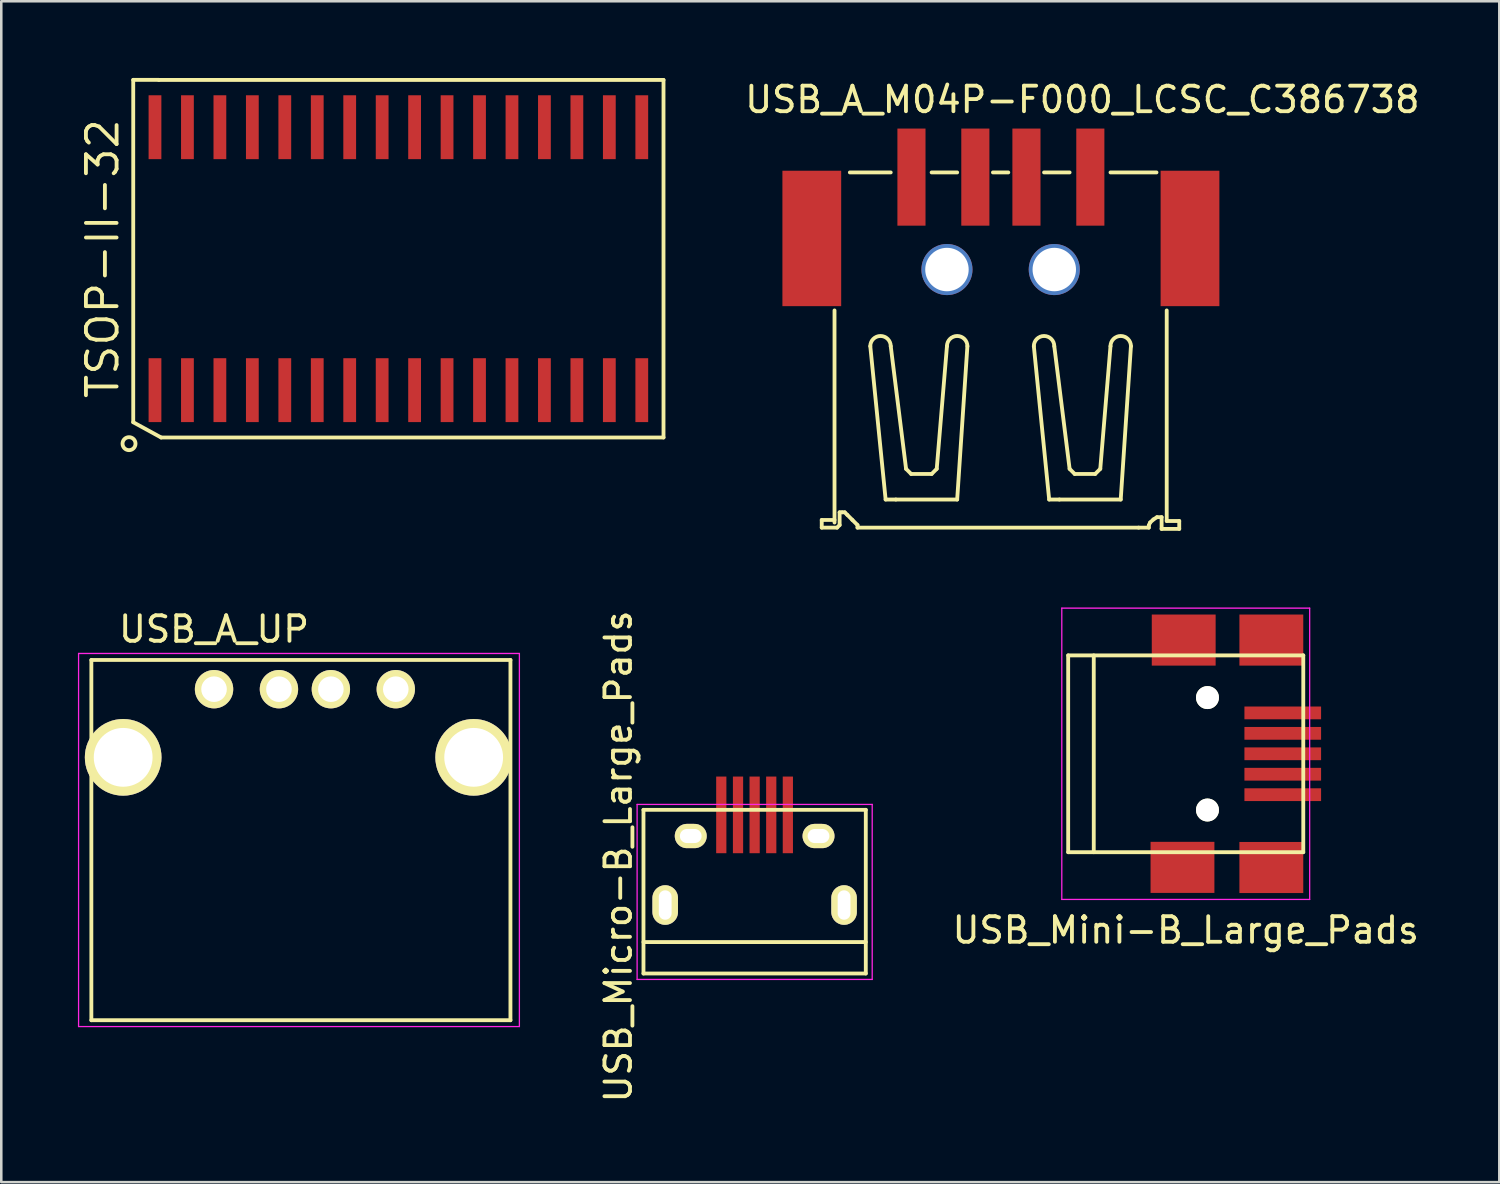
<source format=kicad_pcb>
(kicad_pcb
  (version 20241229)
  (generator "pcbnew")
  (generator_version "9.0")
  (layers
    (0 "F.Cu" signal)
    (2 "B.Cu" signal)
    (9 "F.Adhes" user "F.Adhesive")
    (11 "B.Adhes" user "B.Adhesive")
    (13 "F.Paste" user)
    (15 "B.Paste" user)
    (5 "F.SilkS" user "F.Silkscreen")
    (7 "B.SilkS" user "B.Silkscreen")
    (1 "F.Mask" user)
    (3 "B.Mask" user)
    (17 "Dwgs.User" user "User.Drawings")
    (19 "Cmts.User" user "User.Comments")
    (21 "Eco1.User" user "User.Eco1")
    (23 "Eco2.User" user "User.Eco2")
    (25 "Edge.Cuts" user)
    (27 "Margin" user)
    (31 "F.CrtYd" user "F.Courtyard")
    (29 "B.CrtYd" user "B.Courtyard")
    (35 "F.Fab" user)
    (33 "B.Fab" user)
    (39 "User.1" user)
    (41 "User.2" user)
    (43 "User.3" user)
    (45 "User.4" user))
  (footprint "USB_A_UP"
    (layer "F.Cu")
    (at 5.325 23.922)
    (property "Reference" "USB_A_UP" (at 0 -2.35 0) (layer "F.SilkS") (effects (font (size 1 1) (thickness 0.15))))
    (attr through_hole)
    (fp_line (start -4.8 12.952) (end -4.8 -1.145) (stroke (width 0.15) (type solid)) (layer "F.SilkS"))
    (fp_line (start 11.6 -1.145) (end -4.8 -1.145) (stroke (width 0.15) (type solid)) (layer "F.SilkS"))
    (fp_line (start 11.6 -1.145) (end 11.6 12.952) (stroke (width 0.15) (type solid)) (layer "F.SilkS"))
    (fp_line (start 11.6 12.952) (end -4.8 12.952) (stroke (width 0.15) (type solid)) (layer "F.SilkS"))
    (fp_line (start -5.3 -1.4) (end 11.95 -1.4) (stroke (width 0.05) (type solid)) (layer "F.CrtYd"))
    (fp_line (start -5.3 13.2) (end -5.3 -1.4) (stroke (width 0.05) (type solid)) (layer "F.CrtYd"))
    (fp_line (start -5.3 13.2) (end 11.95 13.2) (stroke (width 0.05) (type solid)) (layer "F.CrtYd"))
    (fp_line (start 11.95 -1.4) (end 11.95 13.2) (stroke (width 0.05) (type solid)) (layer "F.CrtYd"))
    (pad "1" thru_hole circle (at 0.001 -0.002 270) (size 1.501 1.501) (drill 1.001) (layers "*.Cu" "*.Mask" "F.SilkS"))
    (pad "2" thru_hole circle (at 2.541 -0.002 270) (size 1.501 1.501) (drill 1.001) (layers "*.Cu" "*.Mask" "F.SilkS"))
    (pad "3" thru_hole circle (at 4.573 -0.002 270) (size 1.501 1.501) (drill 1.001) (layers "*.Cu" "*.Mask" "F.SilkS"))
    (pad "4" thru_hole circle (at 7.113 -0.002 270) (size 1.501 1.501) (drill 1.001) (layers "*.Cu" "*.Mask" "F.SilkS"))
    (pad "5" thru_hole circle (at -3.555 2.665 270) (size 3 3) (drill 2.301) (layers "*.Cu" "*.Mask" "F.SilkS"))
    (pad "5" thru_hole circle (at 10.161 2.665 270) (size 3 3) (drill 2.301) (layers "*.Cu" "*.Mask" "F.SilkS")))
  (footprint "USB_A_M04P-F000_LCSC_C386738"
    (layer "F.Cu")
    (at 36.207 0.898)
    (property "Reference" "USB_A_M04P-F000_LCSC_C386738" (at 3.1 -0.05 0) (layer "F.SilkS") (effects (font (size 1 1) (thickness 0.15))))
    (attr through_hole)
    (fp_line (start -7.1 16.4) (end -7.1 16.7) (stroke (width 0.15) (type solid)) (layer "F.SilkS"))
    (fp_line (start -7.1 16.7) (end -6.5 16.7) (stroke (width 0.15) (type solid)) (layer "F.SilkS"))
    (fp_line (start -6.6 8.2) (end -6.6 16.5) (stroke (width 0.15) (type solid)) (layer "F.SilkS"))
    (fp_line (start -6.6 16.4) (end -7.1 16.4) (stroke (width 0.15) (type solid)) (layer "F.SilkS"))
    (fp_line (start -6.5 16.7) (end -6.4 16.6) (stroke (width 0.15) (type solid)) (layer "F.SilkS"))
    (fp_line (start -6.4 16.1) (end -6.3 16.1) (stroke (width 0.15) (type solid)) (layer "F.SilkS"))
    (fp_line (start -6.4 16.6) (end -6.4 16.1) (stroke (width 0.15) (type solid)) (layer "F.SilkS"))
    (fp_line (start -6.3 16.1) (end -6.2 16.1) (stroke (width 0.15) (type solid)) (layer "F.SilkS"))
    (fp_line (start -6.2 16.1) (end -6.1 16.2) (stroke (width 0.15) (type solid)) (layer "F.SilkS"))
    (fp_line (start -6.1 16.2) (end -5.9 16.4) (stroke (width 0.15) (type solid)) (layer "F.SilkS"))
    (fp_line (start -6 2.8) (end -4.4 2.8) (stroke (width 0.15) (type solid)) (layer "F.SilkS"))
    (fp_line (start -5.9 16.4) (end -5.7 16.6) (stroke (width 0.15) (type solid)) (layer "F.SilkS"))
    (fp_line (start -5.7 16.6) (end -5.7 16.7) (stroke (width 0.15) (type solid)) (layer "F.SilkS"))
    (fp_line (start -5.7 16.7) (end 5.3 16.7) (stroke (width 0.15) (type solid)) (layer "F.SilkS"))
    (fp_line (start -5.2 9.6) (end -4.6 15.6) (stroke (width 0.15) (type solid)) (layer "F.SilkS"))
    (fp_line (start -4.6 15.6) (end -4.2 15.6) (stroke (width 0.15) (type solid)) (layer "F.SilkS"))
    (fp_line (start -4.2 15.6) (end -1.8 15.6) (stroke (width 0.15) (type solid)) (layer "F.SilkS"))
    (fp_line (start -3.8 14.4) (end -4.4 9.6) (stroke (width 0.15) (type solid)) (layer "F.SilkS"))
    (fp_line (start -3.6 14.6) (end -3.8 14.4) (stroke (width 0.15) (type solid)) (layer "F.SilkS"))
    (fp_line (start -2.8 2.8) (end -1.8 2.8) (stroke (width 0.15) (type solid)) (layer "F.SilkS"))
    (fp_line (start -2.8 14.6) (end -3.6 14.6) (stroke (width 0.15) (type solid)) (layer "F.SilkS"))
    (fp_line (start -2.6 14.4) (end -2.8 14.6) (stroke (width 0.15) (type solid)) (layer "F.SilkS"))
    (fp_line (start -2.2 9.6) (end -2.6 14.4) (stroke (width 0.15) (type solid)) (layer "F.SilkS"))
    (fp_line (start -1.8 15.6) (end -1.4 9.6) (stroke (width 0.15) (type solid)) (layer "F.SilkS"))
    (fp_line (start -0.4 2.8) (end 0.2 2.8) (stroke (width 0.15) (type solid)) (layer "F.SilkS"))
    (fp_line (start 1.2 9.6) (end 1.8 15.6) (stroke (width 0.15) (type solid)) (layer "F.SilkS"))
    (fp_line (start 1.6 2.8) (end 2.6 2.8) (stroke (width 0.15) (type solid)) (layer "F.SilkS"))
    (fp_line (start 1.8 15.6) (end 2.2 15.6) (stroke (width 0.15) (type solid)) (layer "F.SilkS"))
    (fp_line (start 2.2 15.6) (end 4.6 15.6) (stroke (width 0.15) (type solid)) (layer "F.SilkS"))
    (fp_line (start 2.6 14.4) (end 2 9.6) (stroke (width 0.15) (type solid)) (layer "F.SilkS"))
    (fp_line (start 2.8 14.6) (end 2.6 14.4) (stroke (width 0.15) (type solid)) (layer "F.SilkS"))
    (fp_line (start 3.6 14.6) (end 2.8 14.6) (stroke (width 0.15) (type solid)) (layer "F.SilkS"))
    (fp_line (start 3.8 14.4) (end 3.6 14.6) (stroke (width 0.15) (type solid)) (layer "F.SilkS"))
    (fp_line (start 4.2 2.8) (end 6 2.8) (stroke (width 0.15) (type solid)) (layer "F.SilkS"))
    (fp_line (start 4.2 9.6) (end 3.8 14.4) (stroke (width 0.15) (type solid)) (layer "F.SilkS"))
    (fp_line (start 4.6 15.6) (end 5 9.6) (stroke (width 0.15) (type solid)) (layer "F.SilkS"))
    (fp_line (start 5.3 16.7) (end 5.7 16.7) (stroke (width 0.15) (type solid)) (layer "F.SilkS"))
    (fp_line (start 5.7 16.61) (end 5.7 16.7) (stroke (width 0.15) (type solid)) (layer "F.SilkS"))
    (fp_line (start 5.75 16.5) (end 5.7 16.61) (stroke (width 0.15) (type solid)) (layer "F.SilkS"))
    (fp_line (start 5.88 16.38) (end 5.75 16.5) (stroke (width 0.15) (type solid)) (layer "F.SilkS"))
    (fp_line (start 6.02 16.29) (end 5.88 16.38) (stroke (width 0.15) (type solid)) (layer "F.SilkS"))
    (fp_line (start 6.2 16.29) (end 6.02 16.29) (stroke (width 0.15) (type solid)) (layer "F.SilkS"))
    (fp_line (start 6.2 16.75) (end 6.2 16.29) (stroke (width 0.15) (type solid)) (layer "F.SilkS"))
    (fp_line (start 6.4 8.2) (end 6.4 16.44) (stroke (width 0.15) (type solid)) (layer "F.SilkS"))
    (fp_line (start 6.4 16.44) (end 6.89 16.44) (stroke (width 0.15) (type solid)) (layer "F.SilkS"))
    (fp_line (start 6.89 16.44) (end 6.89 16.75) (stroke (width 0.15) (type solid)) (layer "F.SilkS"))
    (fp_line (start 6.89 16.75) (end 6.2 16.75) (stroke (width 0.15) (type solid)) (layer "F.SilkS"))
    (fp_arc (start -5.2 9.6) (mid -4.8 9.2) (end -4.4 9.6) (stroke (width 0.15) (type solid)) (layer "F.SilkS"))
    (fp_arc (start -2.2 9.6) (mid -1.8 9.2) (end -1.4 9.6) (stroke (width 0.15) (type solid)) (layer "F.SilkS"))
    (fp_arc (start 1.2 9.6) (mid 1.6 9.2) (end 2 9.6) (stroke (width 0.15) (type solid)) (layer "F.SilkS"))
    (fp_arc (start 4.2 9.6) (mid 4.6 9.2) (end 5 9.6) (stroke (width 0.15) (type solid)) (layer "F.SilkS"))
    (pad "" np_thru_hole circle (at -2.2 6.6 270) (size 2 2) (drill 1.7) (layers "*.Cu" "*.Mask"))
    (pad "" np_thru_hole circle (at 2 6.6 270) (size 2 2) (drill 1.7) (layers "*.Cu" "*.Mask"))
    (pad "1" smd rect (at -3.589 2.983 270) (size 3.8 1.1) (layers "F.Cu" "F.Mask" "F.Paste"))
    (pad "2" smd rect (at -1.089 2.983 270) (size 3.8 1.1) (layers "F.Cu" "F.Mask" "F.Paste"))
    (pad "3" smd rect (at 0.911 2.983 270) (size 3.8 1.1) (layers "F.Cu" "F.Mask" "F.Paste"))
    (pad "4" smd rect (at 3.411 2.983 270) (size 3.8 1.1) (layers "F.Cu" "F.Mask" "F.Paste"))
    (pad "SH1" smd rect (at 7.311 5.383) (size 2.3 5.3) (layers "F.Cu" "F.Mask" "F.Paste"))
    (pad "SH2" smd rect (at -7.489 5.383) (size 2.3 5.3) (layers "F.Cu" "F.Mask" "F.Paste")))
  (footprint "USB_Micro-B_Large_Pads"
    (layer "F.Cu")
    (at 26.482 31.229)
    (property "Reference" "USB_Micro-B_Large_Pads" (at -5.334 -0.762 90) (layer "F.SilkS") (effects (font (size 1 1) (thickness 0.15))))
    (attr smd)
    (fp_line (start -4.351 -2.588) (end 4.349 -2.588) (stroke (width 0.15) (type solid)) (layer "F.SilkS"))
    (fp_line (start -4.351 3.817) (end -4.351 -2.588) (stroke (width 0.15) (type solid)) (layer "F.SilkS"))
    (fp_line (start -4.351 3.817) (end 4.349 3.817) (stroke (width 0.15) (type solid)) (layer "F.SilkS"))
    (fp_line (start 4.349 -2.588) (end 4.349 3.817) (stroke (width 0.15) (type solid)) (layer "F.SilkS"))
    (fp_line (start 4.349 2.587) (end -4.351 2.587) (stroke (width 0.15) (type solid)) (layer "F.SilkS"))
    (fp_line (start -4.6 -2.8) (end 4.6 -2.8) (stroke (width 0.05) (type solid)) (layer "F.CrtYd"))
    (fp_line (start -4.6 4.05) (end -4.6 -2.8) (stroke (width 0.05) (type solid)) (layer "F.CrtYd"))
    (fp_line (start 4.6 -2.8) (end 4.6 4.05) (stroke (width 0.05) (type solid)) (layer "F.CrtYd"))
    (fp_line (start 4.6 4.05) (end -4.6 4.05) (stroke (width 0.05) (type solid)) (layer "F.CrtYd"))
    (pad "1" smd rect (at -1.306 -2.39 90) (size 3 0.4) (layers "F.Cu" "F.Mask" "F.Paste"))
    (pad "2" smd rect (at -0.651 -2.39 90) (size 3 0.4) (layers "F.Cu" "F.Mask" "F.Paste"))
    (pad "3" smd rect (at -0.001 -2.39 90) (size 3 0.4) (layers "F.Cu" "F.Mask" "F.Paste"))
    (pad "4" smd rect (at 0.649 -2.39 90) (size 3 0.4) (layers "F.Cu" "F.Mask" "F.Paste"))
    (pad "5" smd rect (at 1.299 -2.39 90) (size 3 0.4) (layers "F.Cu" "F.Mask" "F.Paste"))
    (pad "6" thru_hole oval (at -3.501 1.137 90) (size 1.55 1) (drill oval 1.15 0.5) (layers "*.Cu" "*.Mask" "F.SilkS"))
    (pad "6" thru_hole oval (at -2.501 -1.563 90) (size 0.95 1.25) (drill oval 0.55 0.85) (layers "*.Cu" "*.Mask" "F.SilkS"))
    (pad "6" thru_hole oval (at 2.499 -1.563 90) (size 0.95 1.25) (drill oval 0.55 0.85) (layers "*.Cu" "*.Mask" "F.SilkS"))
    (pad "6" thru_hole oval (at 3.499 1.137 90) (size 1.55 1) (drill oval 1.15 0.5) (layers "*.Cu" "*.Mask" "F.SilkS")))
  (footprint "USB_Mini-B_Large_Pads"
    (layer "F.Cu")
    (at 43.351 26.448)
    (property "Reference" "USB_Mini-B_Large_Pads" (at 0 6.901 0) (layer "F.SilkS") (effects (font (size 1 1) (thickness 0.15))))
    (attr smd)
    (fp_line (start -4.6 -3.851) (end -4.6 3.851) (stroke (width 0.15) (type solid)) (layer "F.SilkS"))
    (fp_line (start -4.6 3.851) (end 4.6 3.851) (stroke (width 0.15) (type solid)) (layer "F.SilkS"))
    (fp_line (start -3.599 -3.851) (end -3.599 3.851) (stroke (width 0.15) (type solid)) (layer "F.SilkS"))
    (fp_line (start 4.6 -3.851) (end -4.6 -3.851) (stroke (width 0.15) (type solid)) (layer "F.SilkS"))
    (fp_line (start 4.6 3.851) (end 4.6 -3.851) (stroke (width 0.15) (type solid)) (layer "F.SilkS"))
    (fp_line (start -4.85 -5.7) (end 4.85 -5.7) (stroke (width 0.05) (type solid)) (layer "F.CrtYd"))
    (fp_line (start -4.85 5.7) (end -4.85 -5.7) (stroke (width 0.05) (type solid)) (layer "F.CrtYd"))
    (fp_line (start 4.85 -5.7) (end 4.85 5.7) (stroke (width 0.05) (type solid)) (layer "F.CrtYd"))
    (fp_line (start 4.85 5.7) (end -4.85 5.7) (stroke (width 0.05) (type solid)) (layer "F.CrtYd"))
    (pad "" np_thru_hole circle (at 0.851 -2.2) (size 0.899 0.899) (drill 0.899) (layers "*.Cu" "*.Mask" "F.SilkS"))
    (pad "" np_thru_hole circle (at 0.851 2.2) (size 0.899 0.899) (drill 0.899) (layers "*.Cu" "*.Mask" "F.SilkS"))
    (pad "1" smd rect (at 3.797 -1.6) (size 3 0.5) (layers "F.Cu" "F.Mask" "F.Paste"))
    (pad "2" smd rect (at 3.797 -0.8) (size 3 0.5) (layers "F.Cu" "F.Mask" "F.Paste"))
    (pad "3" smd rect (at 3.797 0) (size 3 0.5) (layers "F.Cu" "F.Mask" "F.Paste"))
    (pad "4" smd rect (at 3.797 0.8) (size 3 0.5) (layers "F.Cu" "F.Mask" "F.Paste"))
    (pad "5" smd rect (at 3.797 1.6) (size 3 0.5) (layers "F.Cu" "F.Mask" "F.Paste"))
    (pad "6" smd rect (at -0.127 4.445) (size 2.499 1.999) (layers "F.Cu" "F.Mask" "F.Paste"))
    (pad "6" smd rect (at -0.079 -4.45) (size 2.499 1.999) (layers "F.Cu" "F.Mask" "F.Paste"))
    (pad "6" smd rect (at 3.35 -4.45) (size 2.499 1.999) (layers "F.Cu" "F.Mask" "F.Paste"))
    (pad "6" smd rect (at 3.35 4.45) (size 2.499 1.999) (layers "F.Cu" "F.Mask" "F.Paste")))
  (footprint "TSOP-II-32"
    (layer "F.Cu")
    (at 12.54 7.073)
    (property "Reference" "TSOP-II-32" (at -11.575 0 90) (layer "F.SilkS") (effects (font (size 1.2 1.2) (thickness 0.15))))
    (attr through_hole)
    (fp_line (start -10.376 -6.998) (end -10.376 6.401) (stroke (width 0.15) (type solid)) (layer "F.SilkS"))
    (fp_line (start -10.376 6.401) (end -9.284 6.998) (stroke (width 0.15) (type solid)) (layer "F.SilkS"))
    (fp_line (start -9.373 -6.998) (end -10.376 -6.998) (stroke (width 0.15) (type solid)) (layer "F.SilkS"))
    (fp_line (start -9.284 6.998) (end 10.376 6.998) (stroke (width 0.15) (type solid)) (layer "F.SilkS"))
    (fp_line (start 10.375 -6.995) (end -9.375 -6.995) (stroke (width 0.15) (type solid)) (layer "F.SilkS"))
    (fp_line (start 10.375 6.995) (end 10.375 -6.995) (stroke (width 0.15) (type solid)) (layer "F.SilkS"))
    (fp_circle (center -10.541 7.239) (end -10.287 7.239) (stroke (width 0.15) (type solid)) (fill no) (layer "F.SilkS"))
    (pad "1" smd rect (at -9.525 5.145) (size 0.5 2.5) (layers "F.Cu" "F.Mask" "F.Paste"))
    (pad "2" smd rect (at -8.255 5.145) (size 0.5 2.5) (layers "F.Cu" "F.Mask" "F.Paste"))
    (pad "3" smd rect (at -6.985 5.145) (size 0.5 2.5) (layers "F.Cu" "F.Mask" "F.Paste"))
    (pad "4" smd rect (at -5.715 5.145) (size 0.5 2.5) (layers "F.Cu" "F.Mask" "F.Paste"))
    (pad "5" smd rect (at -4.445 5.145) (size 0.5 2.5) (layers "F.Cu" "F.Mask" "F.Paste"))
    (pad "6" smd rect (at -3.175 5.145) (size 0.5 2.5) (layers "F.Cu" "F.Mask" "F.Paste"))
    (pad "7" smd rect (at -1.905 5.145) (size 0.5 2.5) (layers "F.Cu" "F.Mask" "F.Paste"))
    (pad "8" smd rect (at -0.635 5.145) (size 0.5 2.5) (layers "F.Cu" "F.Mask" "F.Paste"))
    (pad "9" smd rect (at 0.635 5.145) (size 0.5 2.5) (layers "F.Cu" "F.Mask" "F.Paste"))
    (pad "10" smd rect (at 1.905 5.145) (size 0.5 2.5) (layers "F.Cu" "F.Mask" "F.Paste"))
    (pad "11" smd rect (at 3.175 5.145) (size 0.5 2.5) (layers "F.Cu" "F.Mask" "F.Paste"))
    (pad "12" smd rect (at 4.445 5.145) (size 0.5 2.5) (layers "F.Cu" "F.Mask" "F.Paste"))
    (pad "13" smd rect (at 5.715 5.145) (size 0.5 2.5) (layers "F.Cu" "F.Mask" "F.Paste"))
    (pad "14" smd rect (at 6.985 5.145) (size 0.5 2.5) (layers "F.Cu" "F.Mask" "F.Paste"))
    (pad "15" smd rect (at 8.255 5.145) (size 0.5 2.5) (layers "F.Cu" "F.Mask" "F.Paste"))
    (pad "16" smd rect (at 9.525 5.145) (size 0.5 2.5) (layers "F.Cu" "F.Mask" "F.Paste"))
    (pad "17" smd rect (at 9.525 -5.145) (size 0.5 2.5) (layers "F.Cu" "F.Mask" "F.Paste"))
    (pad "18" smd rect (at 8.255 -5.145) (size 0.5 2.5) (layers "F.Cu" "F.Mask" "F.Paste"))
    (pad "19" smd rect (at 6.985 -5.145) (size 0.5 2.5) (layers "F.Cu" "F.Mask" "F.Paste"))
    (pad "20" smd rect (at 5.715 -5.145) (size 0.5 2.5) (layers "F.Cu" "F.Mask" "F.Paste"))
    (pad "21" smd rect (at 4.445 -5.145) (size 0.5 2.5) (layers "F.Cu" "F.Mask" "F.Paste"))
    (pad "22" smd rect (at 3.175 -5.145) (size 0.5 2.5) (layers "F.Cu" "F.Mask" "F.Paste"))
    (pad "23" smd rect (at 1.905 -5.145) (size 0.5 2.5) (layers "F.Cu" "F.Mask" "F.Paste"))
    (pad "24" smd rect (at 0.635 -5.145) (size 0.5 2.5) (layers "F.Cu" "F.Mask" "F.Paste"))
    (pad "25" smd rect (at -0.635 -5.145) (size 0.5 2.5) (layers "F.Cu" "F.Mask" "F.Paste"))
    (pad "26" smd rect (at -1.905 -5.145) (size 0.5 2.5) (layers "F.Cu" "F.Mask" "F.Paste"))
    (pad "27" smd rect (at -3.175 -5.145) (size 0.5 2.5) (layers "F.Cu" "F.Mask" "F.Paste"))
    (pad "28" smd rect (at -4.445 -5.145) (size 0.5 2.5) (layers "F.Cu" "F.Mask" "F.Paste"))
    (pad "29" smd rect (at -5.715 -5.145) (size 0.5 2.5) (layers "F.Cu" "F.Mask" "F.Paste"))
    (pad "30" smd rect (at -6.985 -5.145) (size 0.5 2.5) (layers "F.Cu" "F.Mask" "F.Paste"))
    (pad "31" smd rect (at -8.255 -5.145) (size 0.5 2.5) (layers "F.Cu" "F.Mask" "F.Paste"))
    (pad "32" smd rect (at -9.525 -5.145) (size 0.5 2.5) (layers "F.Cu" "F.Mask" "F.Paste")))
  (gr_rect
    (start -3 -3)
    (end 55.622 43.211)
    (stroke (width 0.1) (type default))
    (fill no)
    (layer "Edge.Cuts")))
</source>
